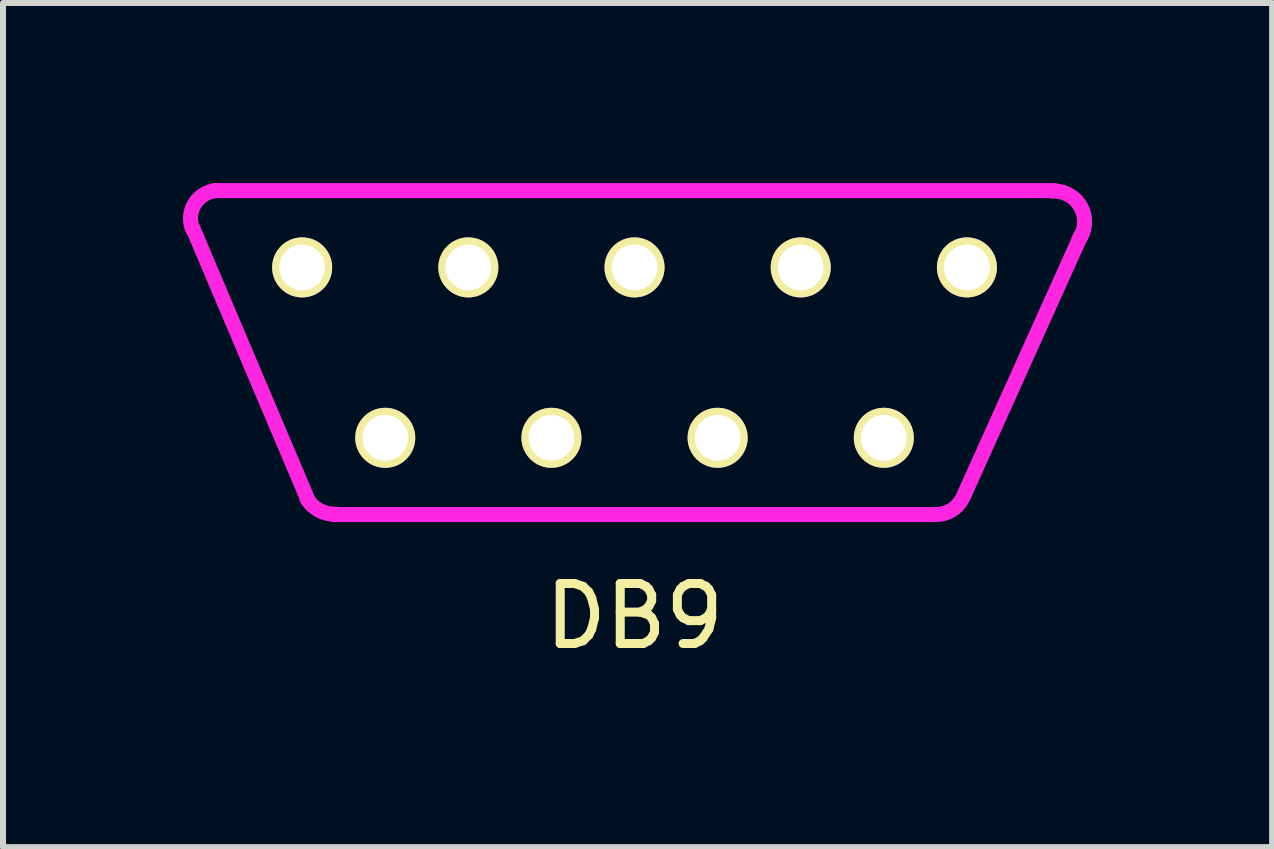
<source format=kicad_pcb>
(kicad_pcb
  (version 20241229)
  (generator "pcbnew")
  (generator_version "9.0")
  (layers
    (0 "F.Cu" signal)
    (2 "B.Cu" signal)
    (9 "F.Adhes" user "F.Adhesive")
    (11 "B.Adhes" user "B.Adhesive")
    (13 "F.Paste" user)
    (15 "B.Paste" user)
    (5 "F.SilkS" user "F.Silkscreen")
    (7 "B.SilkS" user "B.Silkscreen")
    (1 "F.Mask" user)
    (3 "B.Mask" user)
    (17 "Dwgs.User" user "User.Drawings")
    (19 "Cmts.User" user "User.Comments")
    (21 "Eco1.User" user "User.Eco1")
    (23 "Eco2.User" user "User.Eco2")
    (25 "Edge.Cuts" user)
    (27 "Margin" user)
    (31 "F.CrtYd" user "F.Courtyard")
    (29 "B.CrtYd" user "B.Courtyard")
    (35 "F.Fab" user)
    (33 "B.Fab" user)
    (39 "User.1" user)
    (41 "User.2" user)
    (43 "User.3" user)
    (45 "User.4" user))
  (footprint "DB9"
    (layer "F.Cu")
    (at 7.526 2.827)
    (property "Reference" "DB9" (at 0 4.394 0) (layer "F.SilkS") (effects (font (size 1 1) (thickness 0.15))))
    (attr through_hole)
    (fp_line (start -7 -2.7) (end 7 -2.7) (stroke (width 0.25) (type solid)) (layer "F.CrtYd"))
    (fp_line (start -5.461 2.413) (end -7.366 -2.083) (stroke (width 0.25) (type solid)) (layer "F.CrtYd"))
    (fp_line (start -5 2.7) (end 5 2.7) (stroke (width 0.25) (type solid)) (layer "F.CrtYd"))
    (fp_line (start 5.486 2.388) (end 7.442 -1.956) (stroke (width 0.25) (type solid)) (layer "F.CrtYd"))
    (fp_arc (start -7.366 -2.0574) (mid -7.32301 -2.493833) (end -6.937108 -2.702164) (stroke (width 0.25) (type solid)) (layer "F.CrtYd"))
    (fp_arc (start -4.9784 2.6924) (mid -5.251484 2.632089) (end -5.456635 2.442022) (stroke (width 0.25) (type solid)) (layer "F.CrtYd"))
    (fp_arc (start 5.461 2.4384) (mid 5.282515 2.627581) (end 5.032245 2.698369) (stroke (width 0.25) (type solid)) (layer "F.CrtYd"))
    (fp_arc (start 6.9596 -2.6924) (mid 7.43897 -2.426742) (end 7.404153 -1.879789) (stroke (width 0.25) (type solid)) (layer "F.CrtYd"))
    (pad "1" thru_hole circle (at -5.54 -1.42) (size 1 1) (drill 0.762) (layers "*.Cu" "*.Mask" "F.SilkS"))
    (pad "2" thru_hole circle (at -2.77 -1.42) (size 1 1) (drill 0.762) (layers "*.Cu" "*.Mask" "F.SilkS"))
    (pad "3" thru_hole circle (at 0 -1.42) (size 1 1) (drill 0.762) (layers "*.Cu" "*.Mask" "F.SilkS"))
    (pad "4" thru_hole circle (at 2.77 -1.42) (size 1 1) (drill 0.762) (layers "*.Cu" "*.Mask" "F.SilkS"))
    (pad "5" thru_hole circle (at 5.54 -1.42) (size 1 1) (drill 0.762) (layers "*.Cu" "*.Mask" "F.SilkS"))
    (pad "6" thru_hole circle (at -4.155 1.42) (size 1 1) (drill 0.762) (layers "*.Cu" "*.Mask" "F.SilkS"))
    (pad "7" thru_hole circle (at -1.385 1.42) (size 1 1) (drill 0.762) (layers "*.Cu" "*.Mask" "F.SilkS"))
    (pad "8" thru_hole circle (at 1.385 1.42) (size 1 1) (drill 0.762) (layers "*.Cu" "*.Mask" "F.SilkS"))
    (pad "9" thru_hole circle (at 4.155 1.42) (size 1 1) (drill 0.762) (layers "*.Cu" "*.Mask" "F.SilkS")))
  (gr_rect
    (start -3 -3)
    (end 18.153 11.07)
    (stroke (width 0.1) (type default))
    (fill no)
    (layer "Edge.Cuts")))
</source>
